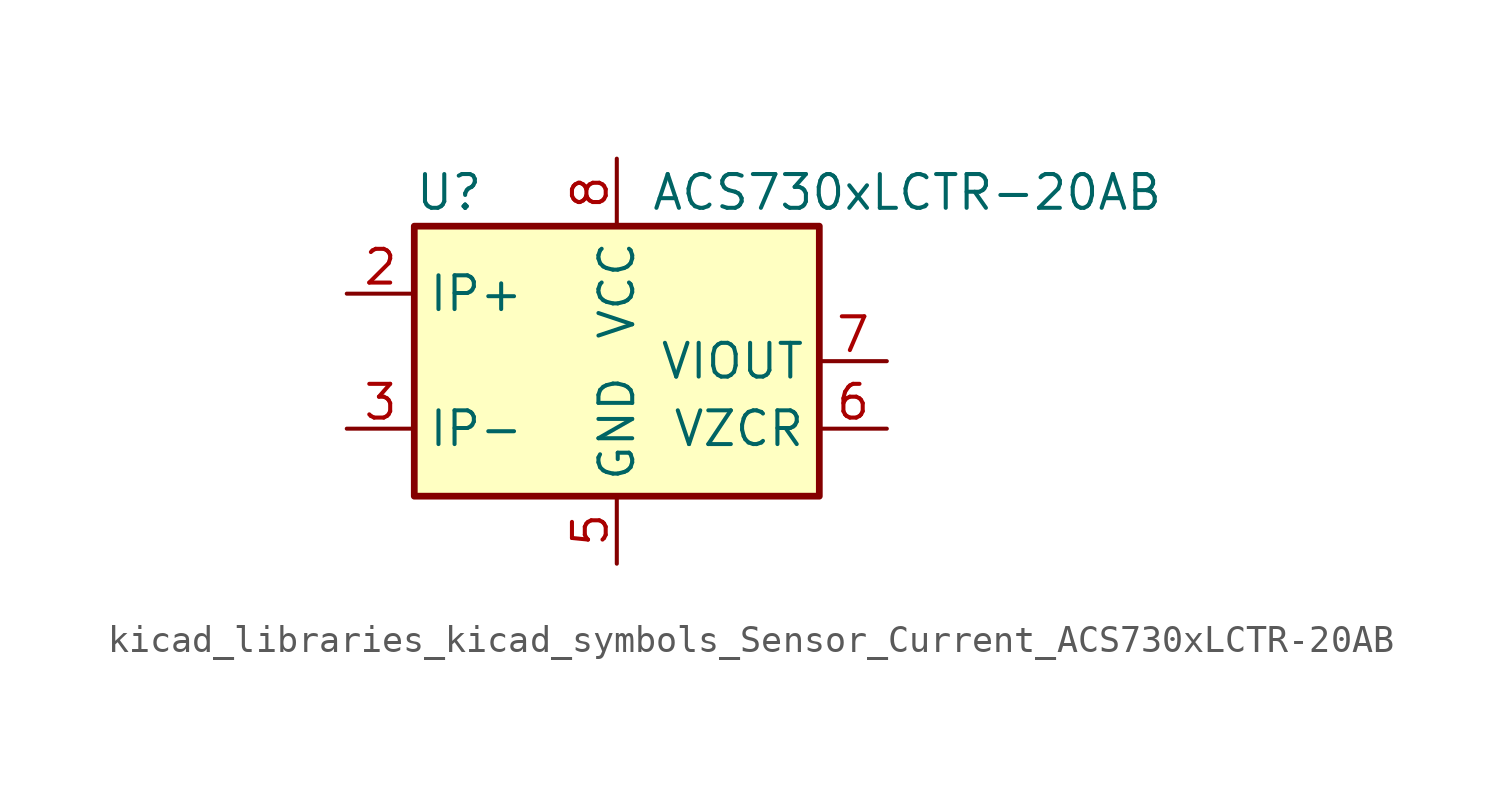
<source format=kicad_sym>
(kicad_symbol_lib
  (version 20220914)
  (generator kicad_symbol_editor)
  (symbol "kicad_libraries_kicad_symbols_Sensor_Current_ACS730xLCTR-20AB"
    (property "Reference" "U"
      (at -7.62 6.35 0)
      (effects (font (size 1.27 1.27)) (justify left)))
    (property "Value" "ACS730xLCTR-20AB"
      (at 1.27 6.35 0)
      (effects (font (size 1.27 1.27)) (justify left)))
    (symbol "kicad_libraries_kicad_symbols_Sensor_Current_ACS730xLCTR-20AB_0_1"
      (rectangle (start -7.62 5.08) (end 7.62 -5.08) (stroke (width 0.254) (type default)) (fill (type background))))
    (symbol "kicad_libraries_kicad_symbols_Sensor_Current_ACS730xLCTR-20AB_1_1"
      (pin passive line (at -10.16 2.54 0) (length 2.54) hide (name "IP+" (effects (font (size 1.27 1.27)))) (number "1" (effects (font (size 1.27 1.27)))))
      (pin passive line (at -10.16 2.54 0) (length 2.54) (name "IP+" (effects (font (size 1.27 1.27)))) (number "2" (effects (font (size 1.27 1.27)))))
      (pin passive line (at -10.16 -2.54 0) (length 2.54) (name "IP-" (effects (font (size 1.27 1.27)))) (number "3" (effects (font (size 1.27 1.27)))))
      (pin passive line (at -10.16 -2.54 0) (length 2.54) hide (name "IP-" (effects (font (size 1.27 1.27)))) (number "4" (effects (font (size 1.27 1.27)))))
      (pin power_in line (at 0 -7.62 90) (length 2.54) (name "GND" (effects (font (size 1.27 1.27)))) (number "5" (effects (font (size 1.27 1.27)))))
      (pin passive line (at 10.16 -2.54 180) (length 2.54) (name "VZCR" (effects (font (size 1.27 1.27)))) (number "6" (effects (font (size 1.27 1.27)))))
      (pin output line (at 10.16 0 180) (length 2.54) (name "VIOUT" (effects (font (size 1.27 1.27)))) (number "7" (effects (font (size 1.27 1.27)))))
      (pin power_in line (at 0 7.62 270) (length 2.54) (name "VCC" (effects (font (size 1.27 1.27)))) (number "8" (effects (font (size 1.27 1.27))))))))
</source>
